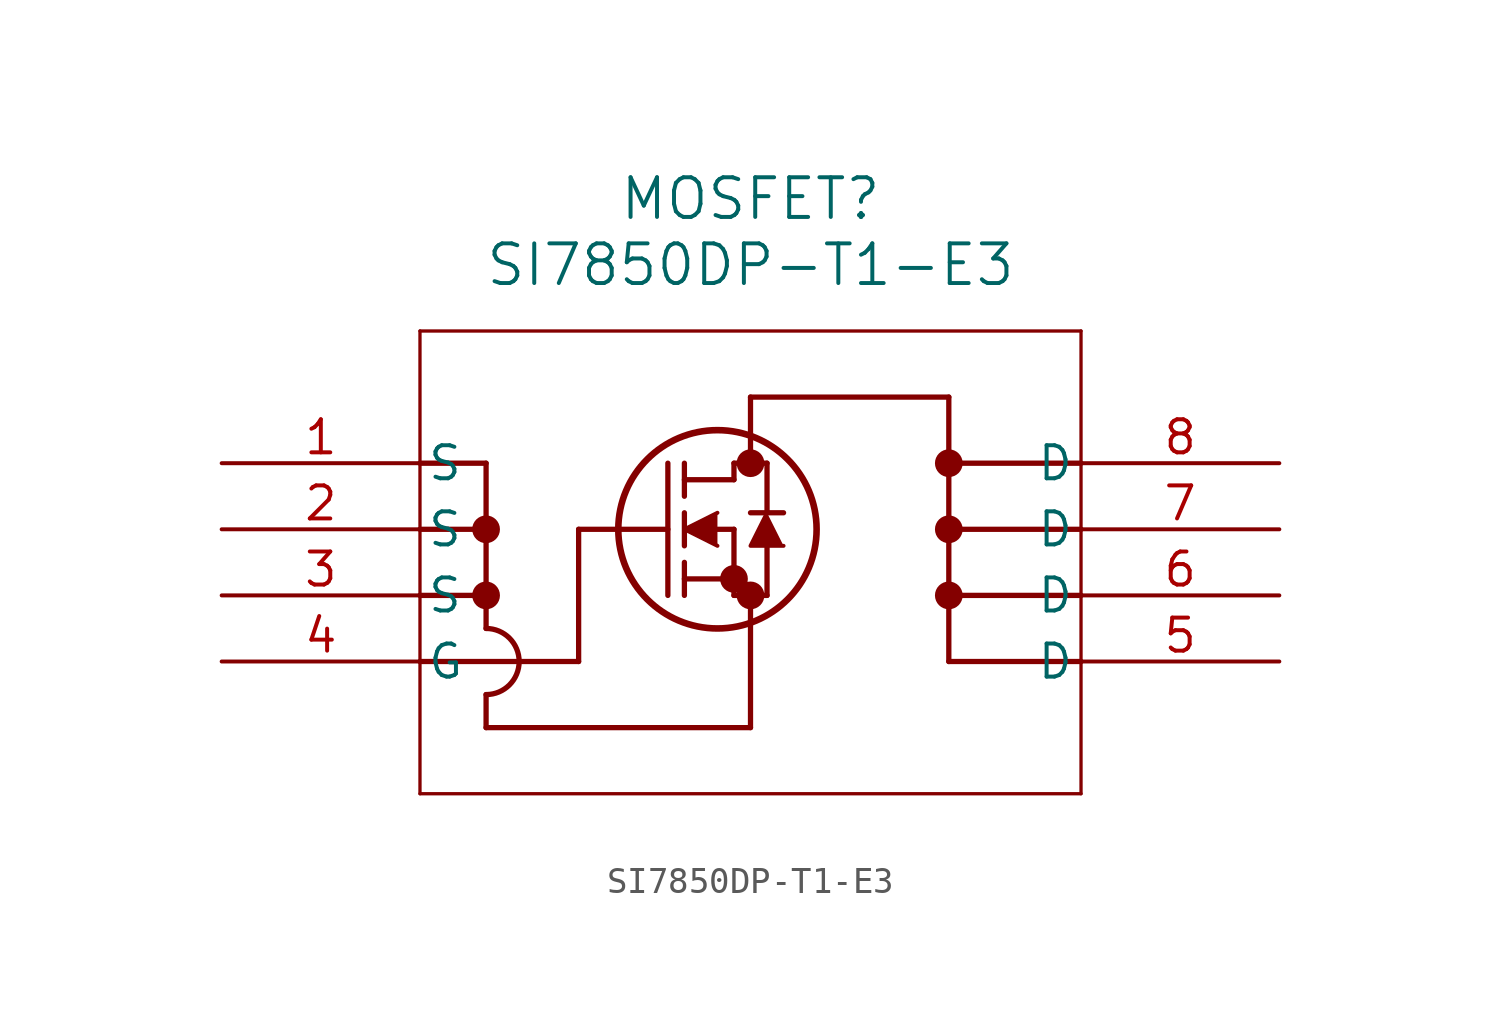
<source format=kicad_sym>
(kicad_symbol_lib
  (version 20211014)
  (generator kicad_symbol_editor)
  (symbol "SI7850DP-T1-E3"
    (pin_names
      (offset 0.254))
    (property "Reference" "MOSFET"
      (at 20.32 10.16 0)
      (effects (font (size 1.524 1.524))))
    (property "Value" "SI7850DP-T1-E3"
      (at 20.32 7.62 0)
      (effects (font (size 1.524 1.524))))
    (polyline
      (pts (xy 7.62 5.08) (xy 7.62 -12.7))
      (stroke (width 0.127) (type default) (color 0 0 0 0))
      (fill (type none)))
    (polyline
      (pts (xy 7.62 -12.7) (xy 33.02 -12.7))
      (stroke (width 0.127) (type default) (color 0 0 0 0))
      (fill (type none)))
    (polyline
      (pts (xy 33.02 -12.7) (xy 33.02 5.08))
      (stroke (width 0.127) (type default) (color 0 0 0 0))
      (fill (type none)))
    (polyline
      (pts (xy 33.02 5.08) (xy 7.62 5.08))
      (stroke (width 0.127) (type default) (color 0 0 0 0))
      (fill (type none)))
    (circle
      (center 20.32 0)
      (radius 0.025)
      (stroke (width 0.508) (type default) (color 0 0 0 0))
      (fill (type none)))
    (circle
      (center 20.32 -5.08)
      (radius 0.025)
      (stroke (width 0.508) (type default) (color 0 0 0 0))
      (fill (type none)))
    (circle
      (center 19.685 -4.445)
      (radius 0.025)
      (stroke (width 0.508) (type default) (color 0 0 0 0))
      (fill (type none)))
    (circle
      (center 19.05 -2.54)
      (radius 3.81)
      (stroke (width 0.254) (type default) (color 0 0 0 0))
      (fill (type none)))
    (polyline
      (pts (xy 13.716 -2.54) (xy 17.145 -2.54))
      (stroke (width 0.203) (type default) (color 0 0 0 0))
      (fill (type none)))
    (polyline
      (pts (xy 17.145 -5.08) (xy 17.145 0))
      (stroke (width 0.203) (type default) (color 0 0 0 0))
      (fill (type none)))
    (polyline
      (pts (xy 17.78 -3.175) (xy 17.78 -1.905))
      (stroke (width 0.203) (type default) (color 0 0 0 0))
      (fill (type none)))
    (polyline
      (pts (xy 17.78 -5.08) (xy 17.78 -3.81))
      (stroke (width 0.203) (type default) (color 0 0 0 0))
      (fill (type none)))
    (polyline
      (pts (xy 17.78 -1.27) (xy 17.78 0))
      (stroke (width 0.203) (type default) (color 0 0 0 0))
      (fill (type none)))
    (polyline
      (pts (xy 19.05 -2.54) (xy 19.685 -2.54))
      (stroke (width 0.203) (type default) (color 0 0 0 0))
      (fill (type none)))
    (polyline
      (pts (xy 17.78 -4.445) (xy 19.685 -4.445))
      (stroke (width 0.203) (type default) (color 0 0 0 0))
      (fill (type none)))
    (polyline
      (pts (xy 19.685 -5.08) (xy 19.685 -2.54))
      (stroke (width 0.203) (type default) (color 0 0 0 0))
      (fill (type none)))
    (polyline
      (pts (xy 19.685 -5.08) (xy 20.955 -5.08))
      (stroke (width 0.203) (type default) (color 0 0 0 0))
      (fill (type none)))
    (polyline
      (pts (xy 17.78 -0.635) (xy 19.685 -0.635))
      (stroke (width 0.203) (type default) (color 0 0 0 0))
      (fill (type none)))
    (polyline
      (pts (xy 20.955 -1.905) (xy 20.955 0))
      (stroke (width 0.203) (type default) (color 0 0 0 0))
      (fill (type none)))
    (polyline
      (pts (xy 20.955 -5.08) (xy 20.955 -3.175))
      (stroke (width 0.203) (type default) (color 0 0 0 0))
      (fill (type none)))
    (polyline
      (pts (xy 21.59 -1.905) (xy 20.32 -1.905))
      (stroke (width 0.203) (type default) (color 0 0 0 0))
      (fill (type none)))
    (polyline
      (pts (xy 19.685 0) (xy 20.955 0))
      (stroke (width 0.203) (type default) (color 0 0 0 0))
      (fill (type none)))
    (polyline
      (pts (xy 19.685 -0.635) (xy 19.685 0))
      (stroke (width 0.203) (type default) (color 0 0 0 0))
      (fill (type none)))
    (polyline
      (pts (xy 13.716 -7.62) (xy 13.716 -2.54))
      (stroke (width 0.203) (type default) (color 0 0 0 0))
      (fill (type none)))
    (polyline
      (pts (xy 21.59 -3.175) (xy 20.32 -3.175) (xy 20.955 -1.905))
      (stroke (width 0) (type default) (color 0 0 0 0))
      (fill (type outline)))
    (polyline
      (pts (xy 7.62 -7.62) (xy 13.716 -7.62))
      (stroke (width 0.203) (type default) (color 0 0 0 0))
      (fill (type none)))
    (polyline
      (pts (xy 19.05 -1.905) (xy 17.78 -2.54) (xy 19.05 -3.175))
      (stroke (width 0) (type default) (color 0 0 0 0))
      (fill (type outline)))
    (polyline
      (pts (xy 20.32 -10.16) (xy 20.32 -5.08))
      (stroke (width 0.203) (type default) (color 0 0 0 0))
      (fill (type none)))
    (polyline
      (pts (xy 20.32 -10.16) (xy 10.16 -10.16))
      (stroke (width 0.203) (type default) (color 0 0 0 0))
      (fill (type none)))
    (polyline
      (pts (xy 10.16 0) (xy 7.62 0))
      (stroke (width 0.203) (type default) (color 0 0 0 0))
      (fill (type none)))
    (polyline
      (pts (xy 10.16 -2.54) (xy 7.62 -2.54))
      (stroke (width 0.203) (type default) (color 0 0 0 0))
      (fill (type none)))
    (polyline
      (pts (xy 10.16 -5.08) (xy 7.62 -5.08))
      (stroke (width 0.203) (type default) (color 0 0 0 0))
      (fill (type none)))
    (polyline
      (pts (xy 10.16 -6.35) (xy 10.16 0))
      (stroke (width 0.203) (type default) (color 0 0 0 0))
      (fill (type none)))
    (polyline
      (pts (xy 20.32 0) (xy 20.32 2.54))
      (stroke (width 0.203) (type default) (color 0 0 0 0))
      (fill (type none)))
    (polyline
      (pts (xy 27.94 2.54) (xy 20.32 2.54))
      (stroke (width 0.203) (type default) (color 0 0 0 0))
      (fill (type none)))
    (polyline
      (pts (xy 27.94 -7.62) (xy 33.02 -7.62))
      (stroke (width 0.203) (type default) (color 0 0 0 0))
      (fill (type none)))
    (polyline
      (pts (xy 27.94 -7.62) (xy 27.94 2.54))
      (stroke (width 0.203) (type default) (color 0 0 0 0))
      (fill (type none)))
    (polyline
      (pts (xy 27.94 -5.08) (xy 33.02 -5.08))
      (stroke (width 0.203) (type default) (color 0 0 0 0))
      (fill (type none)))
    (polyline
      (pts (xy 27.94 -2.54) (xy 33.02 -2.54))
      (stroke (width 0.203) (type default) (color 0 0 0 0))
      (fill (type none)))
    (polyline
      (pts (xy 27.94 0) (xy 33.02 0))
      (stroke (width 0.203) (type default) (color 0 0 0 0))
      (fill (type none)))
    (circle
      (center 27.94 0)
      (radius 0.025)
      (stroke (width 0.508) (type default) (color 0 0 0 0))
      (fill (type none)))
    (circle
      (center 27.94 -2.54)
      (radius 0.025)
      (stroke (width 0.508) (type default) (color 0 0 0 0))
      (fill (type none)))
    (circle
      (center 27.94 -5.08)
      (radius 0.025)
      (stroke (width 0.508) (type default) (color 0 0 0 0))
      (fill (type none)))
    (circle
      (center 10.16 -2.54)
      (radius 0.025)
      (stroke (width 0.508) (type default) (color 0 0 0 0))
      (fill (type none)))
    (circle
      (center 10.16 -5.08)
      (radius 0.025)
      (stroke (width 0.508) (type default) (color 0 0 0 0))
      (fill (type none)))
    (polyline
      (pts (xy 10.16 -10.16) (xy 10.16 -8.89))
      (stroke (width 0.203) (type default) (color 0 0 0 0))
      (fill (type none)))
    (arc
      (start 10.16 -8.89)
      (mid 11.43 -7.62)
      (end 10.16 -6.35)
      (stroke (width 0.2032) (type default) (color 0 0 0 0))
      (fill (type none)))
    (pin unspecified line
      (at 0 0 0)
      (length 7.62)
      (name "S" (effects (font (size 1.27 1.27))))
      (number "1" (effects (font (size 1.27 1.27)))))
    (pin unspecified line
      (at 0 -2.54 0)
      (length 7.62)
      (name "S" (effects (font (size 1.27 1.27))))
      (number "2" (effects (font (size 1.27 1.27)))))
    (pin unspecified line
      (at 0 -5.08 0)
      (length 7.62)
      (name "S" (effects (font (size 1.27 1.27))))
      (number "3" (effects (font (size 1.27 1.27)))))
    (pin unspecified line
      (at 0 -7.62 0)
      (length 7.62)
      (name "G" (effects (font (size 1.27 1.27))))
      (number "4" (effects (font (size 1.27 1.27)))))
    (pin unspecified line
      (at 40.64 -7.62 180)
      (length 7.62)
      (name "D" (effects (font (size 1.27 1.27))))
      (number "5" (effects (font (size 1.27 1.27)))))
    (pin unspecified line
      (at 40.64 -5.08 180)
      (length 7.62)
      (name "D" (effects (font (size 1.27 1.27))))
      (number "6" (effects (font (size 1.27 1.27)))))
    (pin unspecified line
      (at 40.64 -2.54 180)
      (length 7.62)
      (name "D" (effects (font (size 1.27 1.27))))
      (number "7" (effects (font (size 1.27 1.27)))))
    (pin unspecified line
      (at 40.64 0 180)
      (length 7.62)
      (name "D" (effects (font (size 1.27 1.27))))
      (number "8" (effects (font (size 1.27 1.27)))))))
</source>
